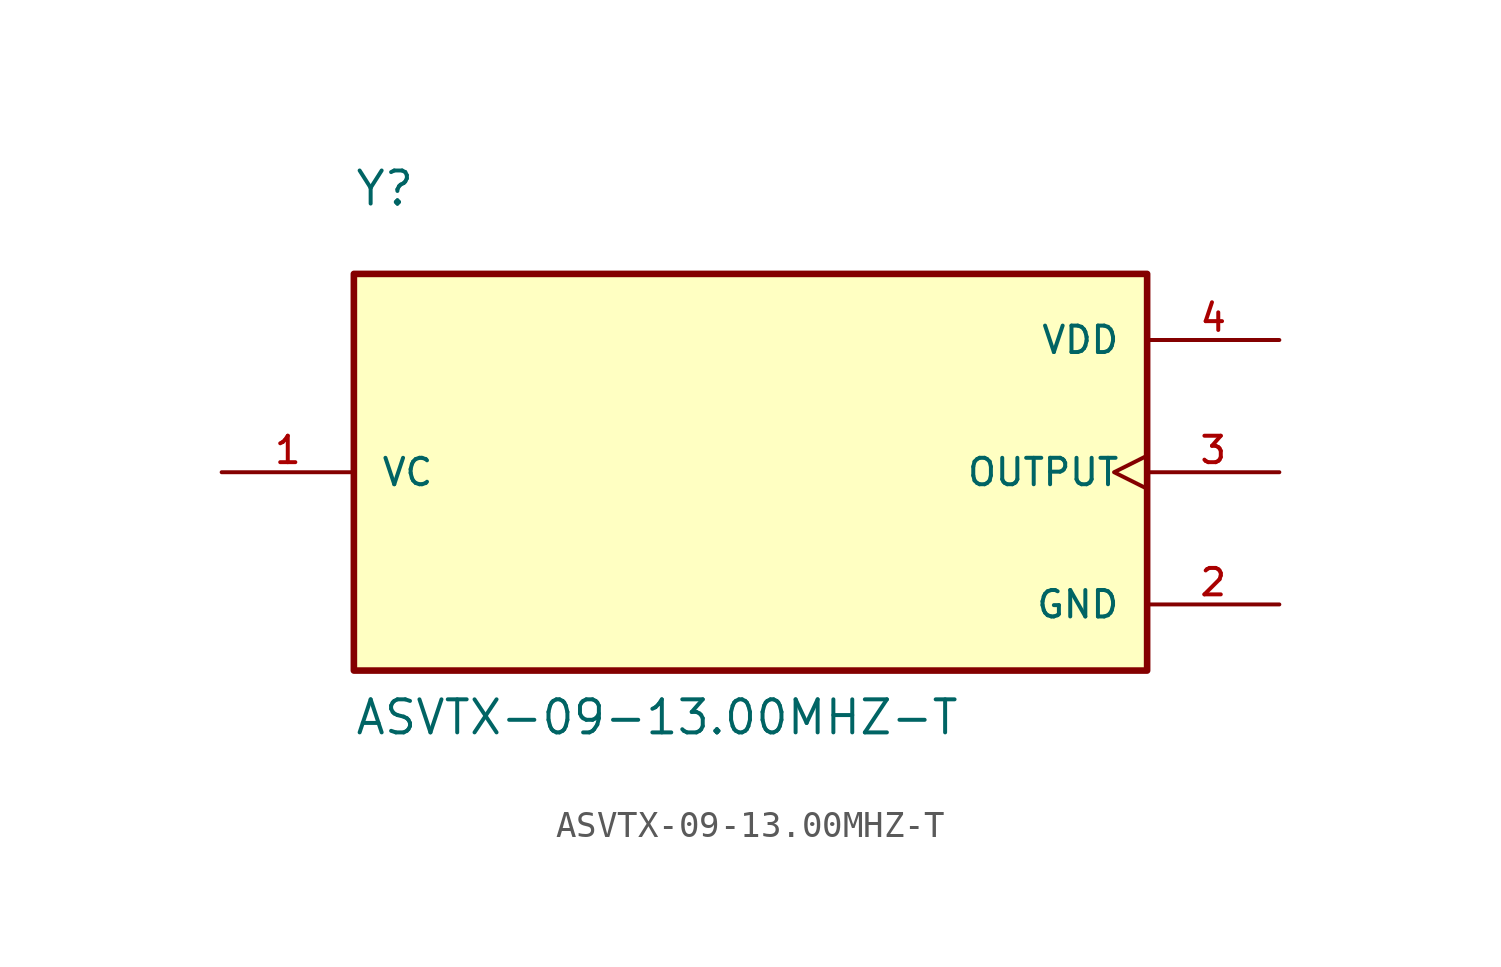
<source format=kicad_sym>
(kicad_symbol_lib
  (version 20211014)
  (generator kicad_symbol_editor)
  (symbol "ASVTX-09-13.00MHZ-T"
    (pin_names
      (offset 1.016))
    (property "Reference" "Y"
      (at -15.24 10.16 0)
      (effects (font (size 1.27 1.27)) (justify bottom left)))
    (property "Value" "ASVTX-09-13.00MHZ-T"
      (at -15.24 -10.16 0)
      (effects (font (size 1.27 1.27)) (justify bottom left)))
    (symbol "ASVTX-09-13.00MHZ-T_0_0"
      (rectangle (start -15.24 -7.62) (end 15.24 7.62) (stroke (width 0.254)) (fill (type background)))
      (pin power_in line (at 20.32 5.08 180.0) (length 5.08) (name "VDD" (effects (font (size 1.016 1.016)))) (number "4" (effects (font (size 1.016 1.016)))))
      (pin power_in line (at 20.32 -5.08 180.0) (length 5.08) (name "GND" (effects (font (size 1.016 1.016)))) (number "2" (effects (font (size 1.016 1.016)))))
      (pin output clock (at 20.32 0.0 180.0) (length 5.08) (name "OUTPUT" (effects (font (size 1.016 1.016)))) (number "3" (effects (font (size 1.016 1.016)))))
      (pin input line (at -20.32 0.0 0) (length 5.08) (name "VC" (effects (font (size 1.016 1.016)))) (number "1" (effects (font (size 1.016 1.016))))))))
</source>
